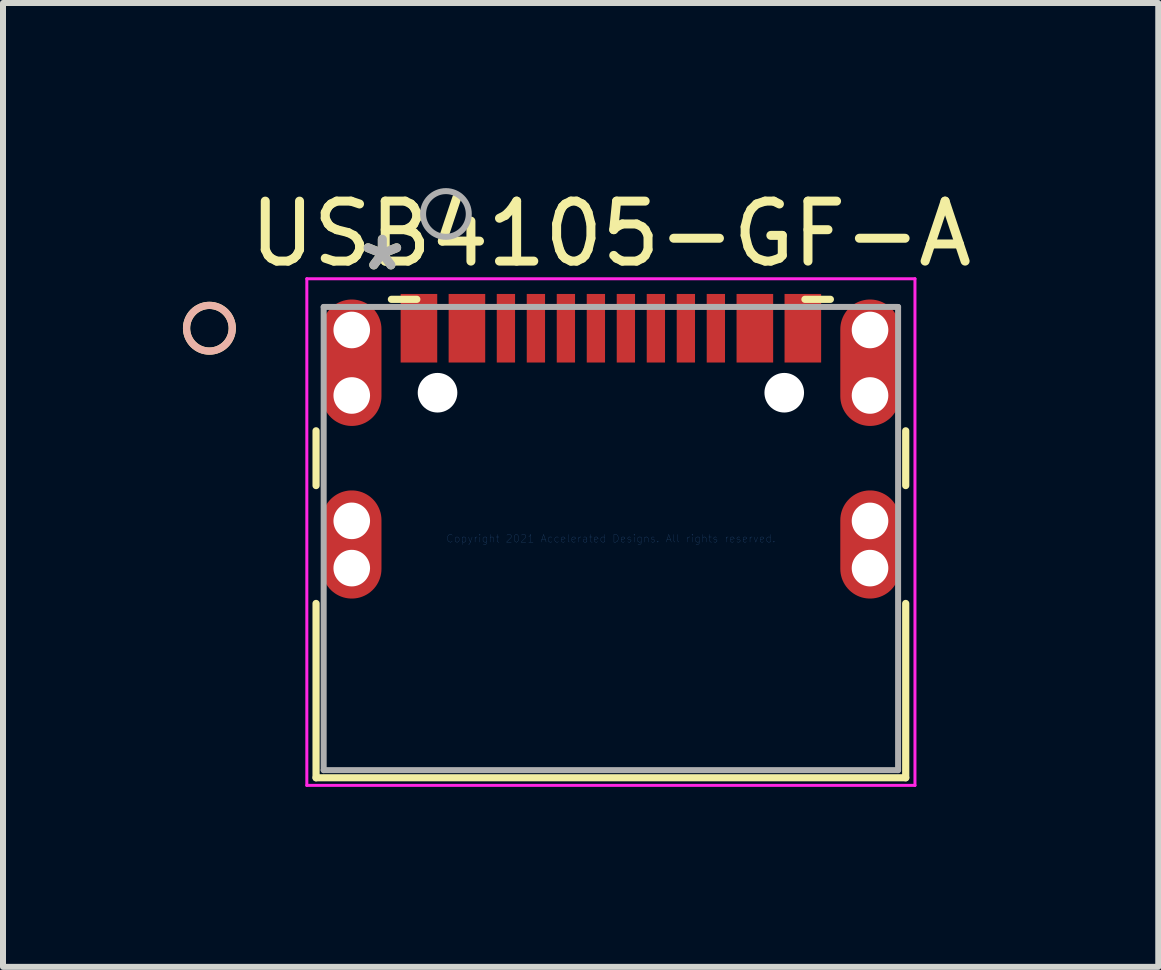
<source format=kicad_pcb>
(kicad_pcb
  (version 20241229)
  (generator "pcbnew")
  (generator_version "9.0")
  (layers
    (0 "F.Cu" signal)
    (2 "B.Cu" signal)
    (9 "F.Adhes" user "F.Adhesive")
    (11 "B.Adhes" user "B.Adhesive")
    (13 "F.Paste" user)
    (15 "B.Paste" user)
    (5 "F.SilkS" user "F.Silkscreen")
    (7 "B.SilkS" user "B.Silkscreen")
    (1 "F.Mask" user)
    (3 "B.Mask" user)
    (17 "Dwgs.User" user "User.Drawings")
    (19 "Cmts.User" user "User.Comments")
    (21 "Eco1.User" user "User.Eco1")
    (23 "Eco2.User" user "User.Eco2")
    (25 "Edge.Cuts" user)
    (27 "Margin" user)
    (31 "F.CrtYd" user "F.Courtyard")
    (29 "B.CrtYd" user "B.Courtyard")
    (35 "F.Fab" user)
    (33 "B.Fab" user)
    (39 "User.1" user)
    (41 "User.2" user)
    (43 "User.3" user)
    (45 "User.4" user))
  (footprint "USB4105-GF-A"
    (layer "F.Cu")
    (at 7.134 5.928)
    (property "Reference" "USB4105-GF-A" (at 0 -5.08 0) (layer "F.SilkS") (effects (font (size 1 1) (thickness 0.15))))
    (attr through_hole)
    (fp_line (start -4.915 -1.796) (end -4.915 -0.883) (stroke (width 0.12) (type solid)) (layer "F.SilkS"))
    (fp_line (start -4.915 1.082) (end -4.915 3.988) (stroke (width 0.12) (type solid)) (layer "F.SilkS"))
    (fp_line (start -4.915 3.988) (end 4.915 3.988) (stroke (width 0.12) (type solid)) (layer "F.SilkS"))
    (fp_line (start -3.235 -3.988) (end -3.659 -3.988) (stroke (width 0.12) (type solid)) (layer "F.SilkS"))
    (fp_line (start 3.659 -3.988) (end 3.235 -3.988) (stroke (width 0.12) (type solid)) (layer "F.SilkS"))
    (fp_line (start 4.915 -0.883) (end 4.915 -1.796) (stroke (width 0.12) (type solid)) (layer "F.SilkS"))
    (fp_line (start 4.915 3.988) (end 4.915 1.082) (stroke (width 0.12) (type solid)) (layer "F.SilkS"))
    (fp_circle (center -6.693 -3.506) (end -6.312 -3.506) (stroke (width 0.12) (type solid)) (fill no) (layer "F.SilkS"))
    (fp_circle (center -6.693 -3.506) (end -6.312 -3.506) (stroke (width 0.12) (type solid)) (fill no) (layer "B.SilkS"))
    (fp_line (start -5.069 -4.331) (end -5.069 4.115) (stroke (width 0.05) (type solid)) (layer "F.CrtYd"))
    (fp_line (start -5.069 4.115) (end 5.069 4.115) (stroke (width 0.05) (type solid)) (layer "F.CrtYd"))
    (fp_line (start 5.069 -4.331) (end -5.069 -4.331) (stroke (width 0.05) (type solid)) (layer "F.CrtYd"))
    (fp_line (start 5.069 4.115) (end 5.069 -4.331) (stroke (width 0.05) (type solid)) (layer "F.CrtYd"))
    (fp_line (start -4.788 -3.861) (end -4.788 3.861) (stroke (width 0.1) (type solid)) (layer "F.Fab"))
    (fp_line (start -4.788 3.861) (end 4.788 3.861) (stroke (width 0.1) (type solid)) (layer "F.Fab"))
    (fp_line (start 4.788 -3.861) (end -4.788 -3.861) (stroke (width 0.1) (type solid)) (layer "F.Fab"))
    (fp_line (start 4.788 3.861) (end 4.788 -3.861) (stroke (width 0.1) (type solid)) (layer "F.Fab"))
    (fp_circle (center -2.75 -5.411) (end -2.369 -5.411) (stroke (width 0.1) (type solid)) (fill no) (layer "F.Fab"))
    (fp_text user "*" (at -3.81 -4.445 0) (layer "F.SilkS") (effects (font (size 1 1) (thickness 0.15))))
    (fp_text user "Copyright 2021 Accelerated Designs. All rights reserved." (at 0 0 0) (layer "Cmts.User") (effects (font (size 0.127 0.127) (thickness 0.002))))
    (fp_text user "*" (at -3.81 -4.445 0) (layer "F.Fab") (effects (font (size 1 1) (thickness 0.15))))
    (pad "" np_thru_hole circle (at -4.32 -3.477) (size 0.61 0.61) (drill 0.61) (layers "*.Cu" "*.Mask"))
    (pad "" np_thru_hole circle (at -4.32 -2.385) (size 0.61 0.61) (drill 0.61) (layers "*.Cu" "*.Mask"))
    (pad "" np_thru_hole circle (at -4.32 -0.295) (size 0.61 0.61) (drill 0.61) (layers "*.Cu" "*.Mask"))
    (pad "" np_thru_hole circle (at -4.32 0.493) (size 0.61 0.61) (drill 0.61) (layers "*.Cu" "*.Mask"))
    (pad "" np_thru_hole circle (at -2.89 -2.431) (size 0.66 0.66) (drill 0.66) (layers "*.Cu" "*.Mask"))
    (pad "" np_thru_hole circle (at 2.89 -2.431) (size 0.66 0.66) (drill 0.66) (layers "*.Cu" "*.Mask"))
    (pad "" np_thru_hole circle (at 4.32 -3.477) (size 0.61 0.61) (drill 0.61) (layers "*.Cu" "*.Mask"))
    (pad "" np_thru_hole circle (at 4.32 -2.385) (size 0.61 0.61) (drill 0.61) (layers "*.Cu" "*.Mask"))
    (pad "" np_thru_hole circle (at 4.32 -0.294) (size 0.61 0.61) (drill 0.61) (layers "*.Cu" "*.Mask"))
    (pad "" np_thru_hole circle (at 4.32 0.493) (size 0.61 0.61) (drill 0.61) (layers "*.Cu" "*.Mask"))
    (pad "13" smd oval (at -4.32 0.099) (size 0.991 1.803) (layers "F.Cu" "F.Mask" "F.Paste"))
    (pad "14" smd oval (at 4.32 0.099) (size 0.991 1.803) (layers "F.Cu" "F.Mask" "F.Paste"))
    (pad "15" smd oval (at -4.32 -2.931) (size 0.991 2.108) (layers "F.Cu" "F.Mask" "F.Paste"))
    (pad "16" smd oval (at 4.32 -2.931) (size 0.991 2.108) (layers "F.Cu" "F.Mask" "F.Paste"))
    (pad "A1-B12" smd rect (at -3.2 -3.506) (size 0.61 1.143) (layers "F.Cu" "F.Mask" "F.Paste"))
    (pad "A4-B9" smd rect (at -2.4 -3.506) (size 0.61 1.143) (layers "F.Cu" "F.Mask" "F.Paste"))
    (pad "A5" smd rect (at -1.25 -3.506) (size 0.305 1.143) (layers "F.Cu" "F.Mask" "F.Paste"))
    (pad "A6" smd rect (at -0.25 -3.506) (size 0.305 1.143) (layers "F.Cu" "F.Mask" "F.Paste"))
    (pad "A7" smd rect (at 0.25 -3.506) (size 0.305 1.143) (layers "F.Cu" "F.Mask" "F.Paste"))
    (pad "A8" smd rect (at 1.25 -3.506) (size 0.305 1.143) (layers "F.Cu" "F.Mask" "F.Paste"))
    (pad "B1-A12" smd rect (at 3.2 -3.506) (size 0.61 1.143) (layers "F.Cu" "F.Mask" "F.Paste"))
    (pad "B4-A9" smd rect (at 2.4 -3.506) (size 0.61 1.143) (layers "F.Cu" "F.Mask" "F.Paste"))
    (pad "B5" smd rect (at 1.75 -3.506) (size 0.305 1.143) (layers "F.Cu" "F.Mask" "F.Paste"))
    (pad "B6" smd rect (at 0.75 -3.506) (size 0.305 1.143) (layers "F.Cu" "F.Mask" "F.Paste"))
    (pad "B7" smd rect (at -0.75 -3.506) (size 0.305 1.143) (layers "F.Cu" "F.Mask" "F.Paste"))
    (pad "B8" smd rect (at -1.75 -3.506) (size 0.305 1.143) (layers "F.Cu" "F.Mask" "F.Paste")))
  (gr_rect
    (start -3 -3)
    (end 16.259 13.068)
    (stroke (width 0.1) (type default))
    (fill no)
    (layer "Edge.Cuts")))
</source>
